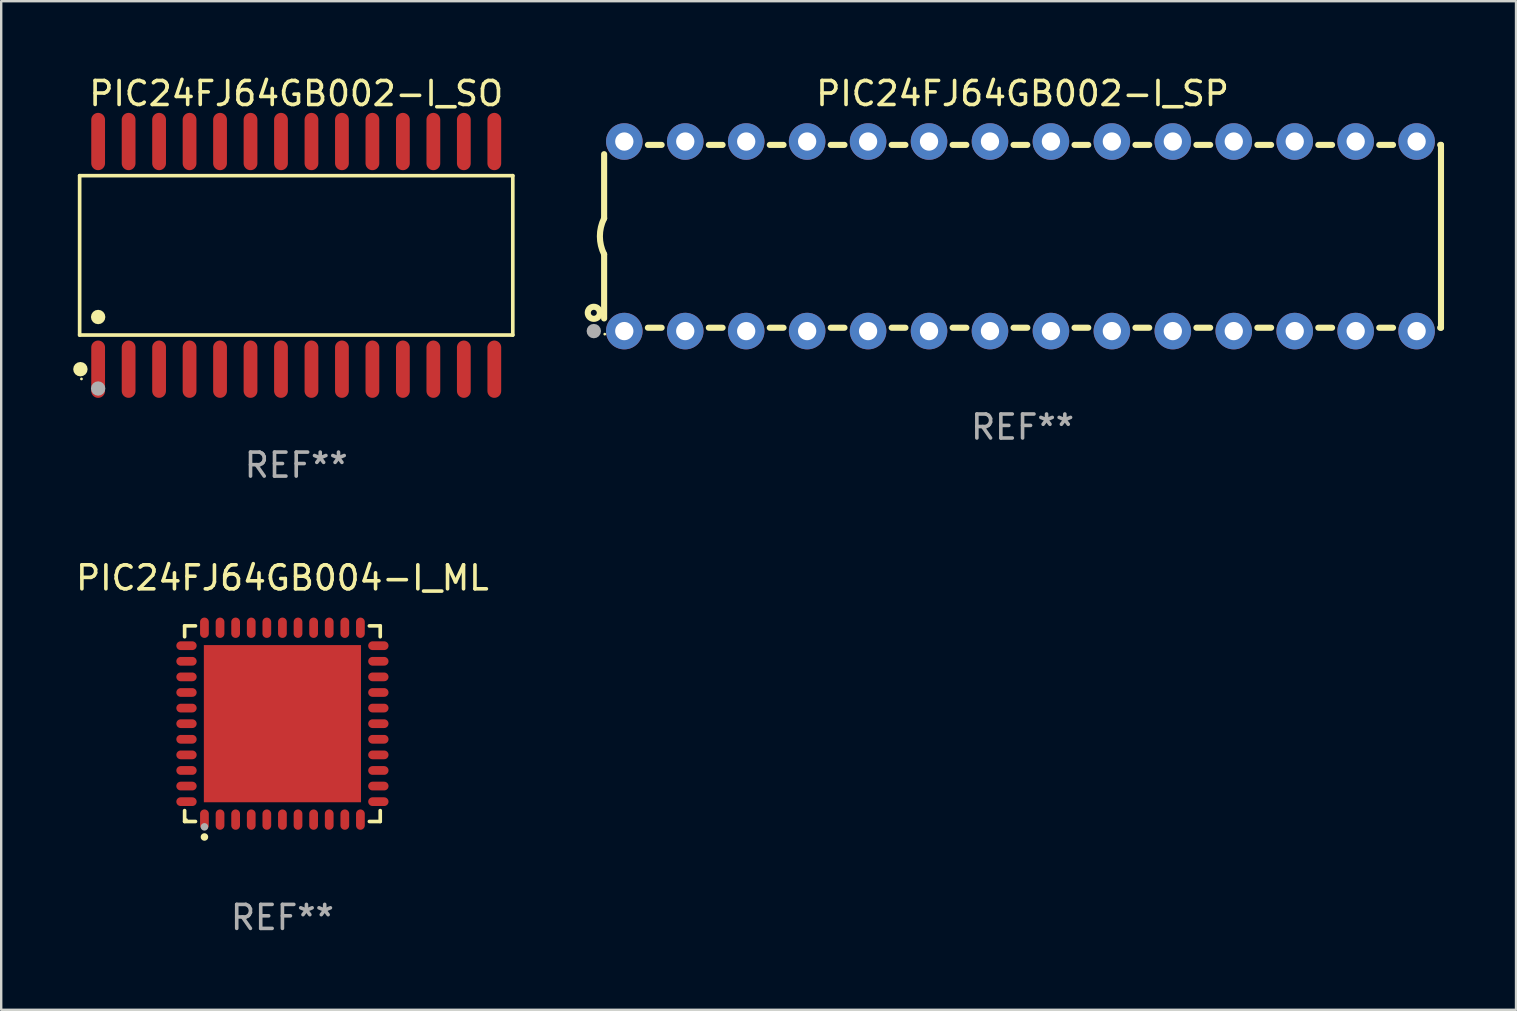
<source format=kicad_pcb>
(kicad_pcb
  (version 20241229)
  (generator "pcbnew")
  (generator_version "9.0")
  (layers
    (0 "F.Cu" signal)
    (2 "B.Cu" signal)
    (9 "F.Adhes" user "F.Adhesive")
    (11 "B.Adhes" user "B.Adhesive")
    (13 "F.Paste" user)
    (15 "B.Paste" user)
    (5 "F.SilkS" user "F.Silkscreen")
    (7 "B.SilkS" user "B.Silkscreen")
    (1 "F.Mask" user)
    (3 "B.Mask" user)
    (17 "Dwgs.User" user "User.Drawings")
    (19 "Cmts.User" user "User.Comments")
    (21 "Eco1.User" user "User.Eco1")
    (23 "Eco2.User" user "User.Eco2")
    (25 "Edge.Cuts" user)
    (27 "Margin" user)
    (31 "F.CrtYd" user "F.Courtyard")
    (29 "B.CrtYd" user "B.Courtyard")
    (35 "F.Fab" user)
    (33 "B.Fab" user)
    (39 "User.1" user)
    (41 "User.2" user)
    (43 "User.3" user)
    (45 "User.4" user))
  (footprint "PIC24FJ64GB004-I_ML"
    (layer "F.Cu")
    (at 8.72 27.109)
    (property "Reference" "PIC24FJ64GB004-I_ML" (at 0 -6.076 0) (layer "F.SilkS") (effects (font (size 1 1) (thickness 0.15))))
    (attr through_hole)
    (fp_line (start -4.076 -4.076) (end -3.623 -4.076) (stroke (width 0.152) (type solid)) (layer "F.SilkS"))
    (fp_line (start -4.076 -3.623) (end -4.076 -4.076) (stroke (width 0.152) (type solid)) (layer "F.SilkS"))
    (fp_line (start -4.076 3.623) (end -4.076 4.076) (stroke (width 0.152) (type solid)) (layer "F.SilkS"))
    (fp_line (start -4.076 4.076) (end -3.623 4.076) (stroke (width 0.152) (type solid)) (layer "F.SilkS"))
    (fp_line (start 4.076 -4.076) (end 3.623 -4.076) (stroke (width 0.152) (type solid)) (layer "F.SilkS"))
    (fp_line (start 4.076 -3.623) (end 4.076 -4.076) (stroke (width 0.152) (type solid)) (layer "F.SilkS"))
    (fp_line (start 4.076 3.623) (end 4.076 4.076) (stroke (width 0.152) (type solid)) (layer "F.SilkS"))
    (fp_line (start 4.076 4.076) (end 3.623 4.076) (stroke (width 0.152) (type solid)) (layer "F.SilkS"))
    (fp_circle (center -4 4) (end -3.97 4) (stroke (width 0.06) (type solid)) (fill no) (layer "F.SilkS"))
    (fp_circle (center -3.25 4.722) (end -3.171 4.722) (stroke (width 0.158) (type solid)) (fill no) (layer "F.SilkS"))
    (fp_circle (center -3.25 4.3) (end -3.171 4.3) (stroke (width 0.158) (type solid)) (fill no) (layer "F.Fab"))
    (fp_text user "REF**" (at 0 8.076 0) (layer "F.Fab") (effects (font (size 1 1) (thickness 0.15))))
    (pad "1" smd oval (at -3.25 3.998) (size 0.364 0.847) (layers "F.Cu" "F.Mask" "F.Paste"))
    (pad "2" smd oval (at -2.6 3.998) (size 0.364 0.847) (layers "F.Cu" "F.Mask" "F.Paste"))
    (pad "3" smd oval (at -1.95 3.998) (size 0.364 0.847) (layers "F.Cu" "F.Mask" "F.Paste"))
    (pad "4" smd oval (at -1.3 3.998) (size 0.364 0.847) (layers "F.Cu" "F.Mask" "F.Paste"))
    (pad "5" smd oval (at -0.65 3.998) (size 0.364 0.847) (layers "F.Cu" "F.Mask" "F.Paste"))
    (pad "6" smd oval (at 0 3.998) (size 0.364 0.847) (layers "F.Cu" "F.Mask" "F.Paste"))
    (pad "7" smd oval (at 0.65 3.998) (size 0.364 0.847) (layers "F.Cu" "F.Mask" "F.Paste"))
    (pad "8" smd oval (at 1.3 3.998) (size 0.364 0.847) (layers "F.Cu" "F.Mask" "F.Paste"))
    (pad "9" smd oval (at 1.95 3.998) (size 0.364 0.847) (layers "F.Cu" "F.Mask" "F.Paste"))
    (pad "10" smd oval (at 2.6 3.998) (size 0.364 0.847) (layers "F.Cu" "F.Mask" "F.Paste"))
    (pad "11" smd oval (at 3.25 3.998) (size 0.364 0.847) (layers "F.Cu" "F.Mask" "F.Paste"))
    (pad "12" smd oval (at 3.998 3.25) (size 0.847 0.364) (layers "F.Cu" "F.Mask" "F.Paste"))
    (pad "13" smd oval (at 3.998 2.6) (size 0.847 0.364) (layers "F.Cu" "F.Mask" "F.Paste"))
    (pad "14" smd oval (at 3.998 1.95) (size 0.847 0.364) (layers "F.Cu" "F.Mask" "F.Paste"))
    (pad "15" smd oval (at 3.998 1.3) (size 0.847 0.364) (layers "F.Cu" "F.Mask" "F.Paste"))
    (pad "16" smd oval (at 3.998 0.65) (size 0.847 0.364) (layers "F.Cu" "F.Mask" "F.Paste"))
    (pad "17" smd oval (at 3.998 0) (size 0.847 0.364) (layers "F.Cu" "F.Mask" "F.Paste"))
    (pad "18" smd oval (at 3.998 -0.65) (size 0.847 0.364) (layers "F.Cu" "F.Mask" "F.Paste"))
    (pad "19" smd oval (at 3.998 -1.3) (size 0.847 0.364) (layers "F.Cu" "F.Mask" "F.Paste"))
    (pad "20" smd oval (at 3.998 -1.95) (size 0.847 0.364) (layers "F.Cu" "F.Mask" "F.Paste"))
    (pad "21" smd oval (at 3.998 -2.6) (size 0.847 0.364) (layers "F.Cu" "F.Mask" "F.Paste"))
    (pad "22" smd oval (at 3.998 -3.25) (size 0.847 0.364) (layers "F.Cu" "F.Mask" "F.Paste"))
    (pad "23" smd oval (at 3.25 -3.998) (size 0.364 0.847) (layers "F.Cu" "F.Mask" "F.Paste"))
    (pad "24" smd oval (at 2.6 -3.998) (size 0.364 0.847) (layers "F.Cu" "F.Mask" "F.Paste"))
    (pad "25" smd oval (at 1.95 -3.998) (size 0.364 0.847) (layers "F.Cu" "F.Mask" "F.Paste"))
    (pad "26" smd oval (at 1.3 -3.998) (size 0.364 0.847) (layers "F.Cu" "F.Mask" "F.Paste"))
    (pad "27" smd oval (at 0.65 -3.998) (size 0.364 0.847) (layers "F.Cu" "F.Mask" "F.Paste"))
    (pad "28" smd oval (at 0 -3.998) (size 0.364 0.847) (layers "F.Cu" "F.Mask" "F.Paste"))
    (pad "29" smd oval (at -0.65 -3.998) (size 0.364 0.847) (layers "F.Cu" "F.Mask" "F.Paste"))
    (pad "30" smd oval (at -1.3 -3.998) (size 0.364 0.847) (layers "F.Cu" "F.Mask" "F.Paste"))
    (pad "31" smd oval (at -1.95 -3.998) (size 0.364 0.847) (layers "F.Cu" "F.Mask" "F.Paste"))
    (pad "32" smd oval (at -2.6 -3.998) (size 0.364 0.847) (layers "F.Cu" "F.Mask" "F.Paste"))
    (pad "33" smd oval (at -3.25 -3.998) (size 0.364 0.847) (layers "F.Cu" "F.Mask" "F.Paste"))
    (pad "34" smd oval (at -3.998 -3.25) (size 0.847 0.364) (layers "F.Cu" "F.Mask" "F.Paste"))
    (pad "35" smd oval (at -3.998 -2.6) (size 0.847 0.364) (layers "F.Cu" "F.Mask" "F.Paste"))
    (pad "36" smd oval (at -3.998 -1.95) (size 0.847 0.364) (layers "F.Cu" "F.Mask" "F.Paste"))
    (pad "37" smd oval (at -3.998 -1.3) (size 0.847 0.364) (layers "F.Cu" "F.Mask" "F.Paste"))
    (pad "38" smd oval (at -3.998 -0.65) (size 0.847 0.364) (layers "F.Cu" "F.Mask" "F.Paste"))
    (pad "39" smd oval (at -3.998 0) (size 0.847 0.364) (layers "F.Cu" "F.Mask" "F.Paste"))
    (pad "40" smd oval (at -3.998 0.65) (size 0.847 0.364) (layers "F.Cu" "F.Mask" "F.Paste"))
    (pad "41" smd oval (at -3.998 1.3) (size 0.847 0.364) (layers "F.Cu" "F.Mask" "F.Paste"))
    (pad "42" smd oval (at -3.998 1.95) (size 0.847 0.364) (layers "F.Cu" "F.Mask" "F.Paste"))
    (pad "43" smd oval (at -3.998 2.6) (size 0.847 0.364) (layers "F.Cu" "F.Mask" "F.Paste"))
    (pad "44" smd oval (at -3.998 3.25) (size 0.847 0.364) (layers "F.Cu" "F.Mask" "F.Paste"))
    (pad "45" smd rect (at 0 0) (size 6.55 6.55) (layers "F.Cu" "F.Mask" "F.Paste")))
  (footprint "PIC24FJ64GB002-I_SO"
    (layer "F.Cu")
    (at 9.295 7.592)
    (property "Reference" "PIC24FJ64GB002-I_SO" (at 0 -6.744 0) (layer "F.SilkS") (effects (font (size 1 1) (thickness 0.15))))
    (attr through_hole)
    (fp_line (start -9.026 -3.321) (end 9.026 -3.321) (stroke (width 0.152) (type solid)) (layer "F.SilkS"))
    (fp_line (start -9.026 3.321) (end -9.026 -3.321) (stroke (width 0.152) (type solid)) (layer "F.SilkS"))
    (fp_line (start 9.026 -3.321) (end 9.026 3.321) (stroke (width 0.152) (type solid)) (layer "F.SilkS"))
    (fp_line (start 9.026 3.321) (end -9.026 3.321) (stroke (width 0.152) (type solid)) (layer "F.SilkS"))
    (fp_circle (center -8.994 4.744) (end -8.844 4.744) (stroke (width 0.3) (type solid)) (fill no) (layer "F.SilkS"))
    (fp_circle (center -8.95 5.15) (end -8.92 5.15) (stroke (width 0.06) (type solid)) (fill no) (layer "F.SilkS"))
    (fp_circle (center -8.255 2.569) (end -8.105 2.569) (stroke (width 0.3) (type solid)) (fill no) (layer "F.SilkS"))
    (fp_circle (center -8.255 5.55) (end -8.105 5.55) (stroke (width 0.3) (type solid)) (fill no) (layer "F.Fab"))
    (fp_text user "REF**" (at 0 8.744 0) (layer "F.Fab") (effects (font (size 1 1) (thickness 0.15))))
    (pad "1" smd oval (at -8.255 4.744) (size 0.574 2.388) (layers "F.Cu" "F.Mask" "F.Paste"))
    (pad "2" smd oval (at -6.985 4.744) (size 0.574 2.388) (layers "F.Cu" "F.Mask" "F.Paste"))
    (pad "3" smd oval (at -5.715 4.744) (size 0.574 2.388) (layers "F.Cu" "F.Mask" "F.Paste"))
    (pad "4" smd oval (at -4.445 4.744) (size 0.574 2.388) (layers "F.Cu" "F.Mask" "F.Paste"))
    (pad "5" smd oval (at -3.175 4.744) (size 0.574 2.388) (layers "F.Cu" "F.Mask" "F.Paste"))
    (pad "6" smd oval (at -1.905 4.744) (size 0.574 2.388) (layers "F.Cu" "F.Mask" "F.Paste"))
    (pad "7" smd oval (at -0.635 4.744) (size 0.574 2.388) (layers "F.Cu" "F.Mask" "F.Paste"))
    (pad "8" smd oval (at 0.635 4.744) (size 0.574 2.388) (layers "F.Cu" "F.Mask" "F.Paste"))
    (pad "9" smd oval (at 1.905 4.744) (size 0.574 2.388) (layers "F.Cu" "F.Mask" "F.Paste"))
    (pad "10" smd oval (at 3.175 4.744) (size 0.574 2.388) (layers "F.Cu" "F.Mask" "F.Paste"))
    (pad "11" smd oval (at 4.445 4.744) (size 0.574 2.388) (layers "F.Cu" "F.Mask" "F.Paste"))
    (pad "12" smd oval (at 5.715 4.744) (size 0.574 2.388) (layers "F.Cu" "F.Mask" "F.Paste"))
    (pad "13" smd oval (at 6.985 4.744) (size 0.574 2.388) (layers "F.Cu" "F.Mask" "F.Paste"))
    (pad "14" smd oval (at 8.255 4.744) (size 0.574 2.388) (layers "F.Cu" "F.Mask" "F.Paste"))
    (pad "15" smd oval (at 8.255 -4.744) (size 0.574 2.388) (layers "F.Cu" "F.Mask" "F.Paste"))
    (pad "16" smd oval (at 6.985 -4.744) (size 0.574 2.388) (layers "F.Cu" "F.Mask" "F.Paste"))
    (pad "17" smd oval (at 5.715 -4.744) (size 0.574 2.388) (layers "F.Cu" "F.Mask" "F.Paste"))
    (pad "18" smd oval (at 4.445 -4.744) (size 0.574 2.388) (layers "F.Cu" "F.Mask" "F.Paste"))
    (pad "19" smd oval (at 3.175 -4.744) (size 0.574 2.388) (layers "F.Cu" "F.Mask" "F.Paste"))
    (pad "20" smd oval (at 1.905 -4.744) (size 0.574 2.388) (layers "F.Cu" "F.Mask" "F.Paste"))
    (pad "21" smd oval (at 0.635 -4.744) (size 0.574 2.388) (layers "F.Cu" "F.Mask" "F.Paste"))
    (pad "22" smd oval (at -0.635 -4.744) (size 0.574 2.388) (layers "F.Cu" "F.Mask" "F.Paste"))
    (pad "23" smd oval (at -1.905 -4.744) (size 0.574 2.388) (layers "F.Cu" "F.Mask" "F.Paste"))
    (pad "24" smd oval (at -3.175 -4.744) (size 0.574 2.388) (layers "F.Cu" "F.Mask" "F.Paste"))
    (pad "25" smd oval (at -4.445 -4.744) (size 0.574 2.388) (layers "F.Cu" "F.Mask" "F.Paste"))
    (pad "26" smd oval (at -5.715 -4.744) (size 0.574 2.388) (layers "F.Cu" "F.Mask" "F.Paste"))
    (pad "27" smd oval (at -6.985 -4.744) (size 0.574 2.388) (layers "F.Cu" "F.Mask" "F.Paste"))
    (pad "28" smd oval (at -8.255 -4.744) (size 0.574 2.388) (layers "F.Cu" "F.Mask" "F.Paste")))
  (footprint "PIC24FJ64GB002-I_SP"
    (layer "F.Cu")
    (at 39.565 6.798)
    (property "Reference" "PIC24FJ64GB002-I_SP" (at 0 -5.95 0) (layer "F.SilkS") (effects (font (size 1 1) (thickness 0.15))))
    (attr through_hole)
    (fp_line (start -17.438 0.75) (end -17.438 3.423) (stroke (width 0.254) (type solid)) (layer "F.SilkS"))
    (fp_line (start -17.438 -3.423) (end -17.438 -0.75) (stroke (width 0.254) (type solid)) (layer "F.SilkS"))
    (fp_line (start -15.615 3.81) (end -15.041 3.81) (stroke (width 0.254) (type solid)) (layer "F.SilkS"))
    (fp_line (start -15.041 -3.81) (end -15.614 -3.81) (stroke (width 0.254) (type solid)) (layer "F.SilkS"))
    (fp_line (start -13.075 3.81) (end -12.501 3.81) (stroke (width 0.254) (type solid)) (layer "F.SilkS"))
    (fp_line (start -12.501 -3.81) (end -13.074 -3.81) (stroke (width 0.254) (type solid)) (layer "F.SilkS"))
    (fp_line (start -10.535 3.81) (end -9.961 3.81) (stroke (width 0.254) (type solid)) (layer "F.SilkS"))
    (fp_line (start -9.961 -3.81) (end -10.534 -3.81) (stroke (width 0.254) (type solid)) (layer "F.SilkS"))
    (fp_line (start -7.995 3.81) (end -7.421 3.81) (stroke (width 0.254) (type solid)) (layer "F.SilkS"))
    (fp_line (start -7.421 -3.81) (end -7.995 -3.81) (stroke (width 0.254) (type solid)) (layer "F.SilkS"))
    (fp_line (start -5.455 3.81) (end -4.881 3.81) (stroke (width 0.254) (type solid)) (layer "F.SilkS"))
    (fp_line (start -4.881 -3.81) (end -5.455 -3.81) (stroke (width 0.254) (type solid)) (layer "F.SilkS"))
    (fp_line (start -2.915 3.81) (end -2.341 3.81) (stroke (width 0.254) (type solid)) (layer "F.SilkS"))
    (fp_line (start -2.341 -3.81) (end -2.915 -3.81) (stroke (width 0.254) (type solid)) (layer "F.SilkS"))
    (fp_line (start -0.375 3.81) (end 0.199 3.81) (stroke (width 0.254) (type solid)) (layer "F.SilkS"))
    (fp_line (start 0.199 -3.81) (end -0.375 -3.81) (stroke (width 0.254) (type solid)) (layer "F.SilkS"))
    (fp_line (start 2.165 3.81) (end 2.739 3.81) (stroke (width 0.254) (type solid)) (layer "F.SilkS"))
    (fp_line (start 2.739 -3.81) (end 2.165 -3.81) (stroke (width 0.254) (type solid)) (layer "F.SilkS"))
    (fp_line (start 4.705 3.81) (end 5.279 3.81) (stroke (width 0.254) (type solid)) (layer "F.SilkS"))
    (fp_line (start 5.279 -3.81) (end 4.705 -3.81) (stroke (width 0.254) (type solid)) (layer "F.SilkS"))
    (fp_line (start 7.245 3.81) (end 7.819 3.81) (stroke (width 0.254) (type solid)) (layer "F.SilkS"))
    (fp_line (start 7.819 -3.81) (end 7.245 -3.81) (stroke (width 0.254) (type solid)) (layer "F.SilkS"))
    (fp_line (start 9.785 3.81) (end 10.359 3.81) (stroke (width 0.254) (type solid)) (layer "F.SilkS"))
    (fp_line (start 10.359 -3.81) (end 9.785 -3.81) (stroke (width 0.254) (type solid)) (layer "F.SilkS"))
    (fp_line (start 12.325 3.81) (end 12.899 3.81) (stroke (width 0.254) (type solid)) (layer "F.SilkS"))
    (fp_line (start 12.899 -3.81) (end 12.325 -3.81) (stroke (width 0.254) (type solid)) (layer "F.SilkS"))
    (fp_line (start 14.865 3.81) (end 15.439 3.81) (stroke (width 0.254) (type solid)) (layer "F.SilkS"))
    (fp_line (start 15.439 -3.81) (end 14.865 -3.81) (stroke (width 0.254) (type solid)) (layer "F.SilkS"))
    (fp_line (start 17.405 3.81) (end 17.438 3.81) (stroke (width 0.254) (type solid)) (layer "F.SilkS"))
    (fp_line (start 17.438 -3.81) (end 17.405 -3.81) (stroke (width 0.254) (type solid)) (layer "F.SilkS"))
    (fp_line (start 17.438 -3.556) (end 17.438 -3.81) (stroke (width 0.254) (type solid)) (layer "F.SilkS"))
    (fp_line (start 17.438 3.81) (end 17.438 -3.556) (stroke (width 0.254) (type solid)) (layer "F.SilkS"))
    (fp_arc (start -17.437986 0.749657) (mid -17.614887 -0.000024) (end -17.437783 -0.749657) (stroke (width 0.254001) (type solid)) (layer "F.SilkS"))
    (fp_circle (center -17.868 3.188) (end -17.743 3.188) (stroke (width 0.254) (type solid)) (fill no) (layer "F.SilkS"))
    (fp_circle (center -17.411 4.077) (end -17.381 4.077) (stroke (width 0.06) (type solid)) (fill no) (layer "F.SilkS"))
    (fp_circle (center -17.868 3.95) (end -17.718 3.95) (stroke (width 0.3) (type solid)) (fill no) (layer "F.Fab"))
    (fp_text user "REF**" (at 0 7.95 0) (layer "F.Fab") (effects (font (size 1 1) (thickness 0.15))))
    (pad "1" thru_hole circle (at -16.598 3.95) (size 1.524 1.524) (drill 0.762) (layers "*.Cu" "*.Mask"))
    (pad "2" thru_hole circle (at -14.058 3.95) (size 1.524 1.524) (drill 0.762) (layers "*.Cu" "*.Mask"))
    (pad "3" thru_hole circle (at -11.518 3.95) (size 1.524 1.524) (drill 0.762) (layers "*.Cu" "*.Mask"))
    (pad "4" thru_hole circle (at -8.978 3.95) (size 1.524 1.524) (drill 0.762) (layers "*.Cu" "*.Mask"))
    (pad "5" thru_hole circle (at -6.438 3.95) (size 1.524 1.524) (drill 0.762) (layers "*.Cu" "*.Mask"))
    (pad "6" thru_hole circle (at -3.898 3.95) (size 1.524 1.524) (drill 0.762) (layers "*.Cu" "*.Mask"))
    (pad "7" thru_hole circle (at -1.358 3.95) (size 1.524 1.524) (drill 0.762) (layers "*.Cu" "*.Mask"))
    (pad "8" thru_hole circle (at 1.182 3.95) (size 1.524 1.524) (drill 0.762) (layers "*.Cu" "*.Mask"))
    (pad "9" thru_hole circle (at 3.722 3.95) (size 1.524 1.524) (drill 0.762) (layers "*.Cu" "*.Mask"))
    (pad "10" thru_hole circle (at 6.262 3.95) (size 1.524 1.524) (drill 0.762) (layers "*.Cu" "*.Mask"))
    (pad "11" thru_hole circle (at 8.802 3.95) (size 1.524 1.524) (drill 0.762) (layers "*.Cu" "*.Mask"))
    (pad "12" thru_hole circle (at 11.342 3.95) (size 1.524 1.524) (drill 0.762) (layers "*.Cu" "*.Mask"))
    (pad "13" thru_hole circle (at 13.882 3.95) (size 1.524 1.524) (drill 0.762) (layers "*.Cu" "*.Mask"))
    (pad "14" thru_hole circle (at 16.422 3.95) (size 1.524 1.524) (drill 0.762) (layers "*.Cu" "*.Mask"))
    (pad "15" thru_hole circle (at 16.422 -3.95) (size 1.524 1.524) (drill 0.762) (layers "*.Cu" "*.Mask"))
    (pad "16" thru_hole circle (at 13.882 -3.95) (size 1.524 1.524) (drill 0.762) (layers "*.Cu" "*.Mask"))
    (pad "17" thru_hole circle (at 11.342 -3.95) (size 1.524 1.524) (drill 0.762) (layers "*.Cu" "*.Mask"))
    (pad "18" thru_hole circle (at 8.802 -3.95) (size 1.524 1.524) (drill 0.762) (layers "*.Cu" "*.Mask"))
    (pad "19" thru_hole circle (at 6.262 -3.95) (size 1.524 1.524) (drill 0.762) (layers "*.Cu" "*.Mask"))
    (pad "20" thru_hole circle (at 3.722 -3.95) (size 1.524 1.524) (drill 0.762) (layers "*.Cu" "*.Mask"))
    (pad "21" thru_hole circle (at 1.182 -3.95) (size 1.524 1.524) (drill 0.762) (layers "*.Cu" "*.Mask"))
    (pad "22" thru_hole circle (at -1.358 -3.95) (size 1.524 1.524) (drill 0.762) (layers "*.Cu" "*.Mask"))
    (pad "23" thru_hole circle (at -3.898 -3.95) (size 1.524 1.524) (drill 0.762) (layers "*.Cu" "*.Mask"))
    (pad "24" thru_hole circle (at -6.438 -3.95) (size 1.524 1.524) (drill 0.762) (layers "*.Cu" "*.Mask"))
    (pad "25" thru_hole circle (at -8.978 -3.95) (size 1.524 1.524) (drill 0.762) (layers "*.Cu" "*.Mask"))
    (pad "26" thru_hole circle (at -11.517 -3.95) (size 1.524 1.524) (drill 0.762) (layers "*.Cu" "*.Mask"))
    (pad "27" thru_hole circle (at -14.057 -3.95) (size 1.524 1.524) (drill 0.762) (layers "*.Cu" "*.Mask"))
    (pad "28" thru_hole circle (at -16.597 -3.95) (size 1.524 1.524) (drill 0.762) (layers "*.Cu" "*.Mask")))
  (gr_rect
    (start -3 -3)
    (end 60.13 39.033)
    (stroke (width 0.1) (type default))
    (fill no)
    (layer "Edge.Cuts")))
</source>
